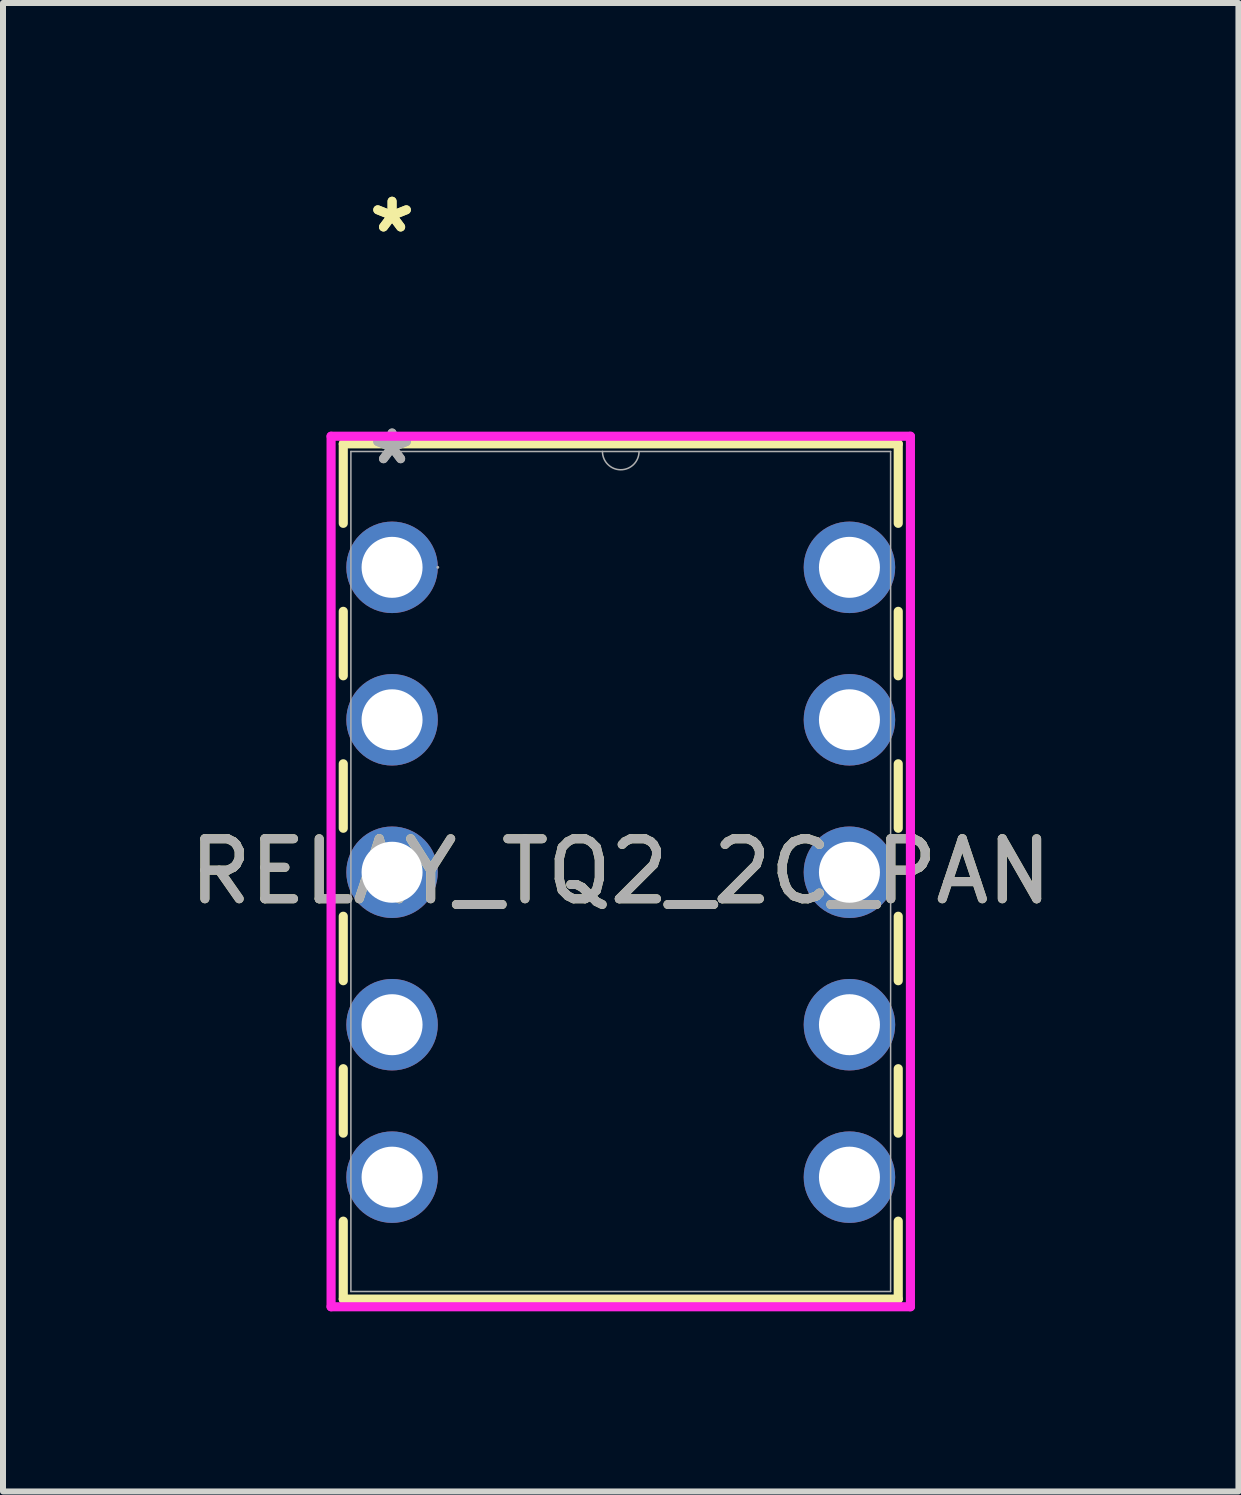
<source format=kicad_pcb>
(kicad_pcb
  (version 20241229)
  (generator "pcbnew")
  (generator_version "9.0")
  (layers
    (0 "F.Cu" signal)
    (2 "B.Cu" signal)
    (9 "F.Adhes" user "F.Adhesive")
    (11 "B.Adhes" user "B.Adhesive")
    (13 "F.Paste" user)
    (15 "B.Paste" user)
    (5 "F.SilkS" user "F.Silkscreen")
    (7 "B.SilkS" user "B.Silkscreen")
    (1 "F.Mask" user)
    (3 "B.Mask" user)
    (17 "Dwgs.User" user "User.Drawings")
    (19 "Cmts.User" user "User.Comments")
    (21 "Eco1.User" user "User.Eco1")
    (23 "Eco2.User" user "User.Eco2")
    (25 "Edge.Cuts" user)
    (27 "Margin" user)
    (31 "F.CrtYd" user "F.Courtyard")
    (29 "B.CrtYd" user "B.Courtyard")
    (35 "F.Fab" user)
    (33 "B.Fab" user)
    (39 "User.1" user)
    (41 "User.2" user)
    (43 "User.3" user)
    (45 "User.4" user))
  (footprint "RELAY_TQ2_2C_PAN"
    (layer "F.Cu")
    (at 3.482 6.402)
    (property "Reference" "RELAY_TQ2_2C_PAN" (at 3.81 5.067 0) (unlocked yes) (layer "F.SilkS") (effects (font (size 1 1) (thickness 0.15))))
    (attr through_hole)
    (fp_line (start -0.813 -2.057) (end -0.813 -0.733) (stroke (width 0.152) (type solid)) (layer "F.SilkS"))
    (fp_line (start -0.813 0.733) (end -0.813 1.807) (stroke (width 0.152) (type solid)) (layer "F.SilkS"))
    (fp_line (start -0.813 3.273) (end -0.813 4.347) (stroke (width 0.152) (type solid)) (layer "F.SilkS"))
    (fp_line (start -0.813 5.813) (end -0.813 6.887) (stroke (width 0.152) (type solid)) (layer "F.SilkS"))
    (fp_line (start -0.813 8.353) (end -0.813 9.427) (stroke (width 0.152) (type solid)) (layer "F.SilkS"))
    (fp_line (start -0.813 10.893) (end -0.813 12.192) (stroke (width 0.152) (type solid)) (layer "F.SilkS"))
    (fp_line (start -0.813 12.192) (end 8.433 12.192) (stroke (width 0.152) (type solid)) (layer "F.SilkS"))
    (fp_line (start 8.433 -2.057) (end -0.813 -2.057) (stroke (width 0.152) (type solid)) (layer "F.SilkS"))
    (fp_line (start 8.433 -0.733) (end 8.433 -2.057) (stroke (width 0.152) (type solid)) (layer "F.SilkS"))
    (fp_line (start 8.433 1.807) (end 8.433 0.733) (stroke (width 0.152) (type solid)) (layer "F.SilkS"))
    (fp_line (start 8.433 4.347) (end 8.433 3.273) (stroke (width 0.152) (type solid)) (layer "F.SilkS"))
    (fp_line (start 8.433 6.887) (end 8.433 5.813) (stroke (width 0.152) (type solid)) (layer "F.SilkS"))
    (fp_line (start 8.433 9.427) (end 8.433 8.353) (stroke (width 0.152) (type solid)) (layer "F.SilkS"))
    (fp_line (start 8.433 12.192) (end 8.433 10.893) (stroke (width 0.152) (type solid)) (layer "F.SilkS"))
    (fp_line (start -1.016 -2.184) (end 8.636 -2.184) (stroke (width 0.152) (type solid)) (layer "F.CrtYd"))
    (fp_line (start -1.016 12.319) (end -1.016 -2.184) (stroke (width 0.152) (type solid)) (layer "F.CrtYd"))
    (fp_line (start 8.636 -2.184) (end 8.636 12.319) (stroke (width 0.152) (type solid)) (layer "F.CrtYd"))
    (fp_line (start 8.636 12.319) (end -1.016 12.319) (stroke (width 0.152) (type solid)) (layer "F.CrtYd"))
    (fp_line (start -0.686 -1.93) (end -0.686 12.065) (stroke (width 0.025) (type solid)) (layer "F.Fab"))
    (fp_line (start -0.686 12.065) (end 8.306 12.065) (stroke (width 0.025) (type solid)) (layer "F.Fab"))
    (fp_line (start 8.306 -1.93) (end -0.686 -1.93) (stroke (width 0.025) (type solid)) (layer "F.Fab"))
    (fp_line (start 8.306 12.065) (end 8.306 -1.93) (stroke (width 0.025) (type solid)) (layer "F.Fab"))
    (fp_arc (start 4.1148 -1.9304) (mid 3.81 -1.6256) (end 3.5052 -1.9304) (stroke (width 0.0254) (type solid)) (layer "F.Fab"))
    (fp_circle (center 0.762 0) (end 0.762 0) (stroke (width 0.025) (type solid)) (fill no) (layer "F.Fab"))
    (fp_text user "*" (at 0 -5.554 0) (unlocked yes) (layer "F.SilkS") (effects (font (size 1 1) (thickness 0.15))))
    (fp_text user "*" (at 0 -5.554 0) (layer "F.SilkS") (effects (font (size 1 1) (thickness 0.15))))
    (fp_text user "${REFERENCE}" (at 3.81 5.067 0) (unlocked yes) (layer "F.Fab") (effects (font (size 1 1) (thickness 0.15))))
    (fp_text user "*" (at 0 -1.693 0) (unlocked yes) (layer "F.Fab") (effects (font (size 1 1) (thickness 0.15))))
    (fp_text user "*" (at 0 -1.693 0) (layer "F.Fab") (effects (font (size 1 1) (thickness 0.15))))
    (pad "1" thru_hole circle (at 0 0) (size 1.524 1.524) (drill 1.016) (layers "*.Cu" "*.Mask"))
    (pad "2" thru_hole circle (at 0 2.54) (size 1.524 1.524) (drill 1.016) (layers "*.Cu" "*.Mask"))
    (pad "3" thru_hole circle (at 0 5.08) (size 1.524 1.524) (drill 1.016) (layers "*.Cu" "*.Mask"))
    (pad "4" thru_hole circle (at 0 7.62) (size 1.524 1.524) (drill 1.016) (layers "*.Cu" "*.Mask"))
    (pad "5" thru_hole circle (at 0 10.16) (size 1.524 1.524) (drill 1.016) (layers "*.Cu" "*.Mask"))
    (pad "6" thru_hole circle (at 7.62 10.16) (size 1.524 1.524) (drill 1.016) (layers "*.Cu" "*.Mask"))
    (pad "7" thru_hole circle (at 7.62 7.62) (size 1.524 1.524) (drill 1.016) (layers "*.Cu" "*.Mask"))
    (pad "8" thru_hole circle (at 7.62 5.08) (size 1.524 1.524) (drill 1.016) (layers "*.Cu" "*.Mask"))
    (pad "9" thru_hole circle (at 7.62 2.54) (size 1.524 1.524) (drill 1.016) (layers "*.Cu" "*.Mask"))
    (pad "10" thru_hole circle (at 7.62 0) (size 1.524 1.524) (drill 1.016) (layers "*.Cu" "*.Mask")))
  (gr_rect
    (start -3 -3)
    (end 17.583 21.798)
    (stroke (width 0.1) (type default))
    (fill no)
    (layer "Edge.Cuts")))
</source>
